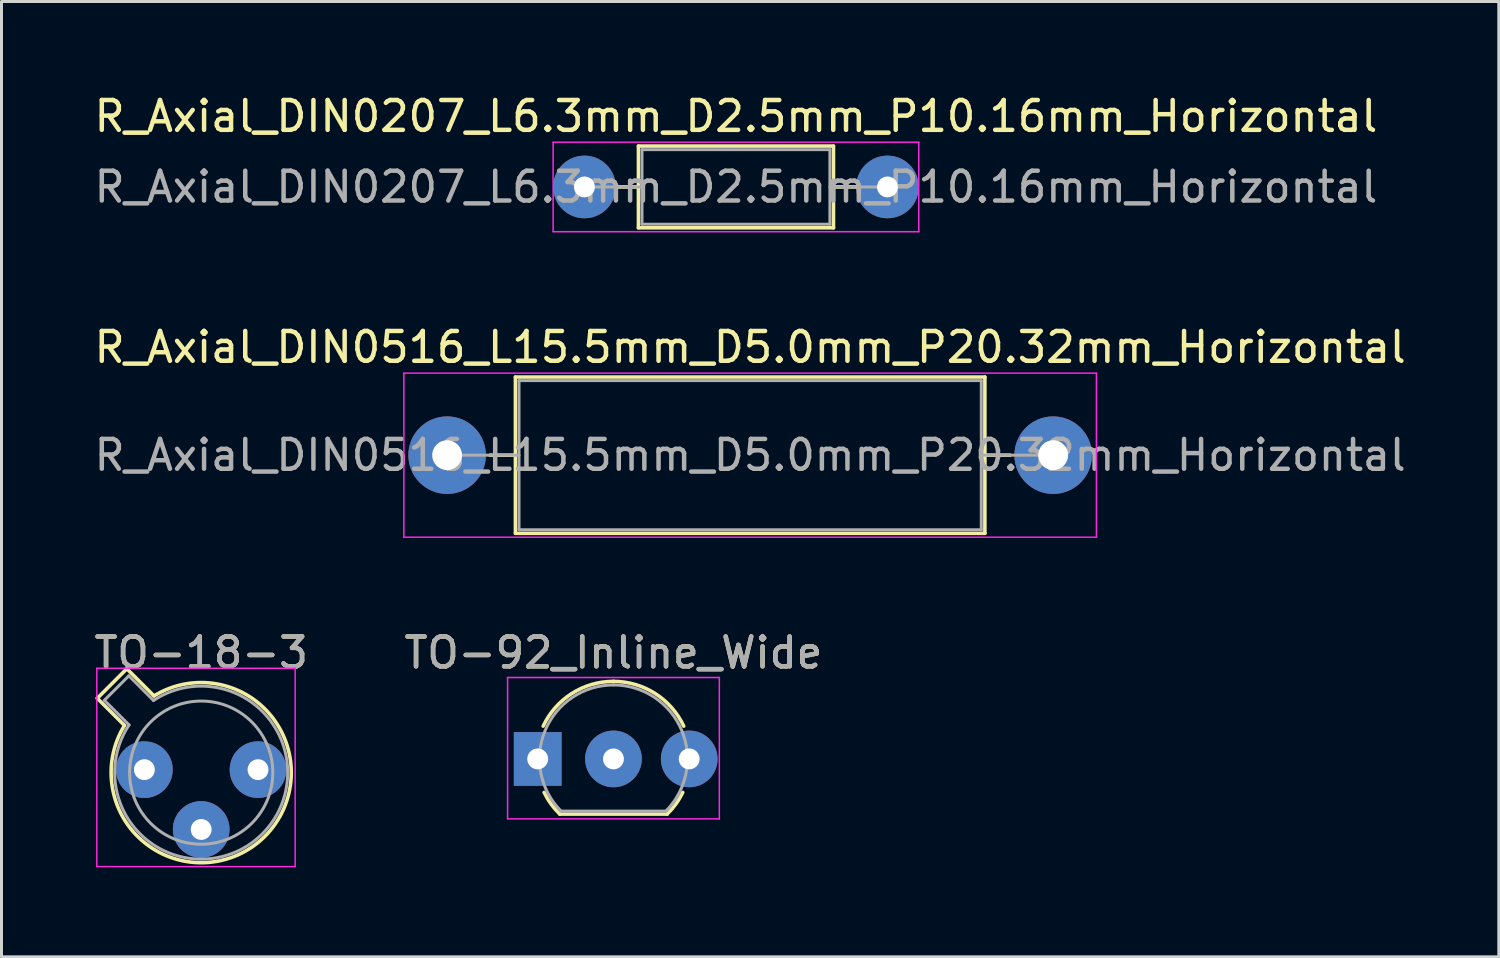
<source format=kicad_pcb>
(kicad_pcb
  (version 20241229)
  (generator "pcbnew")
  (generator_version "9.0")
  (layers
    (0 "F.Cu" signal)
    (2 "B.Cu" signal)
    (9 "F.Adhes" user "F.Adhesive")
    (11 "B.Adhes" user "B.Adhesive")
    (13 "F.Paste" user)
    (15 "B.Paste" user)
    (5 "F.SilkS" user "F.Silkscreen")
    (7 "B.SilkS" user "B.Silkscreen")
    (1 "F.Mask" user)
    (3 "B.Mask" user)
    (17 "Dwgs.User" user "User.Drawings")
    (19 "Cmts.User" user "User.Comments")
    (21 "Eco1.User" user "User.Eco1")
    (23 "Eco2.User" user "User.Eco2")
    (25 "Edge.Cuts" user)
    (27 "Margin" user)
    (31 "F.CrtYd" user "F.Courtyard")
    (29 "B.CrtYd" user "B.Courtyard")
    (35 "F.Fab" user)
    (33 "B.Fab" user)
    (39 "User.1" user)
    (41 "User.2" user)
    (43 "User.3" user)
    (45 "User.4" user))
  (footprint "TO-18-3"
    (layer "F.Cu")
    (at 2.426 22.855)
    (property "Reference" "TO-18-3" (at 1.27 -4.02 0) (layer "F.SilkS") (effects (font (size 1 1) (thickness 0.15))))
    (attr through_hole)
    (fp_line (start -2.214 -2.494) (end -1.302 -1.582) (stroke (width 0.12) (type solid)) (layer "F.SilkS"))
    (fp_line (start -1.224 -3.484) (end -2.214 -2.494) (stroke (width 0.12) (type solid)) (layer "F.SilkS"))
    (fp_line (start -0.312 -2.572) (end -1.224 -3.484) (stroke (width 0.12) (type solid)) (layer "F.SilkS"))
    (fp_arc (start -0.312331 -2.572281) (mid 3.405374 2.135551) (end -1.30215 -1.582544) (stroke (width 0.12) (type solid)) (layer "F.SilkS"))
    (fp_line (start -2.23 -3.5) (end -2.23 3.15) (stroke (width 0.05) (type solid)) (layer "F.CrtYd"))
    (fp_line (start -2.23 3.15) (end 4.42 3.15) (stroke (width 0.05) (type solid)) (layer "F.CrtYd"))
    (fp_line (start 4.42 -3.5) (end -2.23 -3.5) (stroke (width 0.05) (type solid)) (layer "F.CrtYd"))
    (fp_line (start 4.42 3.15) (end 4.42 -3.5) (stroke (width 0.05) (type solid)) (layer "F.CrtYd"))
    (fp_line (start -1.977 -2.426) (end -1.149 -1.599) (stroke (width 0.1) (type solid)) (layer "F.Fab"))
    (fp_line (start -1.156 -3.247) (end -1.977 -2.426) (stroke (width 0.1) (type solid)) (layer "F.Fab"))
    (fp_line (start -0.329 -2.419) (end -1.156 -3.247) (stroke (width 0.1) (type solid)) (layer "F.Fab"))
    (fp_arc (start -0.329057 -2.419301) (mid 3.321076 2.050143) (end -1.150029 -1.597956) (stroke (width 0.1) (type solid)) (layer "F.Fab"))
    (fp_circle (center 1.27 0) (end 3.67 0) (stroke (width 0.1) (type solid)) (fill no) (layer "F.Fab"))
    (fp_text user "${REFERENCE}" (at 1.27 -4.02 0) (layer "F.Fab") (effects (font (size 1 1) (thickness 0.15))))
    (pad "1" thru_hole circle (at -0.635 -0.1) (size 1.9 1.9) (drill 0.7) (layers "*.Cu" "*.Mask"))
    (pad "2" thru_hole circle (at 1.27 1.905) (size 1.9 1.9) (drill 0.7) (layers "*.Cu" "*.Mask"))
    (pad "3" thru_hole circle (at 3.175 -0.1) (size 1.9 1.9) (drill 0.7) (layers "*.Cu" "*.Mask")))
  (footprint "TO-92_Inline_Wide"
    (layer "F.Cu")
    (at 14.978 22.395)
    (property "Reference" "TO-92_Inline_Wide" (at 2.54 -3.56 0) (layer "F.SilkS") (effects (font (size 1 1) (thickness 0.15))))
    (attr through_hole)
    (fp_line (start 0.74 1.85) (end 4.34 1.85) (stroke (width 0.12) (type solid)) (layer "F.SilkS"))
    (fp_arc (start 0.1836 -1.098807) (mid 1.143021 -2.192817) (end 2.54 -2.6) (stroke (width 0.12) (type solid)) (layer "F.SilkS"))
    (fp_arc (start 0.74 1.85) (mid 0.446097 1.509328) (end 0.215816 1.122795) (stroke (width 0.12) (type solid)) (layer "F.SilkS"))
    (fp_arc (start 2.54 -2.6) (mid 3.936979 -2.192818) (end 4.8964 -1.098807) (stroke (width 0.12) (type solid)) (layer "F.SilkS"))
    (fp_arc (start 4.864184 1.122795) (mid 4.633903 1.509328) (end 4.34 1.85) (stroke (width 0.12) (type solid)) (layer "F.SilkS"))
    (fp_line (start -1.01 -2.73) (end -1.01 2.01) (stroke (width 0.05) (type solid)) (layer "F.CrtYd"))
    (fp_line (start -1.01 -2.73) (end 6.09 -2.73) (stroke (width 0.05) (type solid)) (layer "F.CrtYd"))
    (fp_line (start 6.09 2.01) (end -1.01 2.01) (stroke (width 0.05) (type solid)) (layer "F.CrtYd"))
    (fp_line (start 6.09 2.01) (end 6.09 -2.73) (stroke (width 0.05) (type solid)) (layer "F.CrtYd"))
    (fp_line (start 0.8 1.75) (end 4.3 1.75) (stroke (width 0.1) (type solid)) (layer "F.Fab"))
    (fp_arc (start 0.786375 1.753625) (mid 0.248779 -0.949055) (end 2.54 -2.48) (stroke (width 0.1) (type solid)) (layer "F.Fab"))
    (fp_arc (start 2.54 -2.48) (mid 4.831221 -0.949055) (end 4.293625 1.753625) (stroke (width 0.1) (type solid)) (layer "F.Fab"))
    (fp_text user "${REFERENCE}" (at 2.54 -3.56 0) (layer "F.Fab") (effects (font (size 1 1) (thickness 0.15))))
    (pad "1" thru_hole rect (at 0 0 90) (size 1.8 1.6) (drill 0.7) (layers "*.Cu" "*.Mask"))
    (pad "2" thru_hole circle (at 2.54 0 90) (size 1.9 1.9) (drill 0.7) (layers "*.Cu" "*.Mask"))
    (pad "3" thru_hole circle (at 5.08 0 90) (size 1.9 1.9) (drill 0.7) (layers "*.Cu" "*.Mask")))
  (footprint "R_Axial_DIN0516_L15.5mm_D5.0mm_P20.32mm_Horizontal"
    (layer "F.Cu")
    (at 11.941 12.211)
    (property "Reference" "R_Axial_DIN0516_L15.5mm_D5.0mm_P20.32mm_Horizontal" (at 10.16 -3.62 0) (layer "F.SilkS") (effects (font (size 1 1) (thickness 0.15))))
    (attr through_hole)
    (fp_line (start 1.44 0) (end 2.29 0) (stroke (width 0.12) (type solid)) (layer "F.SilkS"))
    (fp_line (start 2.29 -2.62) (end 2.29 2.62) (stroke (width 0.12) (type solid)) (layer "F.SilkS"))
    (fp_line (start 2.29 2.62) (end 18.03 2.62) (stroke (width 0.12) (type solid)) (layer "F.SilkS"))
    (fp_line (start 18.03 -2.62) (end 2.29 -2.62) (stroke (width 0.12) (type solid)) (layer "F.SilkS"))
    (fp_line (start 18.03 2.62) (end 18.03 -2.62) (stroke (width 0.12) (type solid)) (layer "F.SilkS"))
    (fp_line (start 18.88 0) (end 18.03 0) (stroke (width 0.12) (type solid)) (layer "F.SilkS"))
    (fp_line (start -1.45 -2.75) (end -1.45 2.75) (stroke (width 0.05) (type solid)) (layer "F.CrtYd"))
    (fp_line (start -1.45 2.75) (end 21.77 2.75) (stroke (width 0.05) (type solid)) (layer "F.CrtYd"))
    (fp_line (start 21.77 -2.75) (end -1.45 -2.75) (stroke (width 0.05) (type solid)) (layer "F.CrtYd"))
    (fp_line (start 21.77 2.75) (end 21.77 -2.75) (stroke (width 0.05) (type solid)) (layer "F.CrtYd"))
    (fp_line (start 0 0) (end 2.41 0) (stroke (width 0.1) (type solid)) (layer "F.Fab"))
    (fp_line (start 2.41 -2.5) (end 2.41 2.5) (stroke (width 0.1) (type solid)) (layer "F.Fab"))
    (fp_line (start 2.41 2.5) (end 17.91 2.5) (stroke (width 0.1) (type solid)) (layer "F.Fab"))
    (fp_line (start 17.91 -2.5) (end 2.41 -2.5) (stroke (width 0.1) (type solid)) (layer "F.Fab"))
    (fp_line (start 17.91 2.5) (end 17.91 -2.5) (stroke (width 0.1) (type solid)) (layer "F.Fab"))
    (fp_line (start 20.32 0) (end 17.91 0) (stroke (width 0.1) (type solid)) (layer "F.Fab"))
    (fp_text user "${REFERENCE}" (at 10.16 0 0) (layer "F.Fab") (effects (font (size 1 1) (thickness 0.15))))
    (pad "1" thru_hole circle (at 0 0) (size 2.6 2.6) (drill 1) (layers "*.Cu" "*.Mask"))
    (pad "2" thru_hole oval (at 20.32 0) (size 2.6 2.6) (drill 1) (layers "*.Cu" "*.Mask")))
  (footprint "R_Axial_DIN0207_L6.3mm_D2.5mm_P10.16mm_Horizontal"
    (layer "F.Cu")
    (at 16.545 3.218)
    (property "Reference" "R_Axial_DIN0207_L6.3mm_D2.5mm_P10.16mm_Horizontal" (at 5.08 -2.37 0) (layer "F.SilkS") (effects (font (size 1 1) (thickness 0.15))))
    (attr through_hole)
    (fp_line (start 1.04 0) (end 1.81 0) (stroke (width 0.12) (type solid)) (layer "F.SilkS"))
    (fp_line (start 1.81 -1.37) (end 1.81 1.37) (stroke (width 0.12) (type solid)) (layer "F.SilkS"))
    (fp_line (start 1.81 1.37) (end 8.35 1.37) (stroke (width 0.12) (type solid)) (layer "F.SilkS"))
    (fp_line (start 8.35 -1.37) (end 1.81 -1.37) (stroke (width 0.12) (type solid)) (layer "F.SilkS"))
    (fp_line (start 8.35 1.37) (end 8.35 -1.37) (stroke (width 0.12) (type solid)) (layer "F.SilkS"))
    (fp_line (start 9.12 0) (end 8.35 0) (stroke (width 0.12) (type solid)) (layer "F.SilkS"))
    (fp_line (start -1.05 -1.5) (end -1.05 1.5) (stroke (width 0.05) (type solid)) (layer "F.CrtYd"))
    (fp_line (start -1.05 1.5) (end 11.21 1.5) (stroke (width 0.05) (type solid)) (layer "F.CrtYd"))
    (fp_line (start 11.21 -1.5) (end -1.05 -1.5) (stroke (width 0.05) (type solid)) (layer "F.CrtYd"))
    (fp_line (start 11.21 1.5) (end 11.21 -1.5) (stroke (width 0.05) (type solid)) (layer "F.CrtYd"))
    (fp_line (start 0 0) (end 1.93 0) (stroke (width 0.1) (type solid)) (layer "F.Fab"))
    (fp_line (start 1.93 -1.25) (end 1.93 1.25) (stroke (width 0.1) (type solid)) (layer "F.Fab"))
    (fp_line (start 1.93 1.25) (end 8.23 1.25) (stroke (width 0.1) (type solid)) (layer "F.Fab"))
    (fp_line (start 8.23 -1.25) (end 1.93 -1.25) (stroke (width 0.1) (type solid)) (layer "F.Fab"))
    (fp_line (start 8.23 1.25) (end 8.23 -1.25) (stroke (width 0.1) (type solid)) (layer "F.Fab"))
    (fp_line (start 10.16 0) (end 8.23 0) (stroke (width 0.1) (type solid)) (layer "F.Fab"))
    (fp_text user "${REFERENCE}" (at 5.08 0 0) (layer "F.Fab") (effects (font (size 1 1) (thickness 0.15))))
    (pad "1" thru_hole circle (at 0 0) (size 2.1 2.1) (drill 0.7) (layers "*.Cu" "*.Mask"))
    (pad "2" thru_hole circle (at 10.16 0) (size 2.1 2.1) (drill 0.7) (layers "*.Cu" "*.Mask")))
  (gr_rect
    (start -3 -3)
    (end 47.202 29.03)
    (stroke (width 0.1) (type default))
    (fill no)
    (layer "Edge.Cuts")))
</source>
